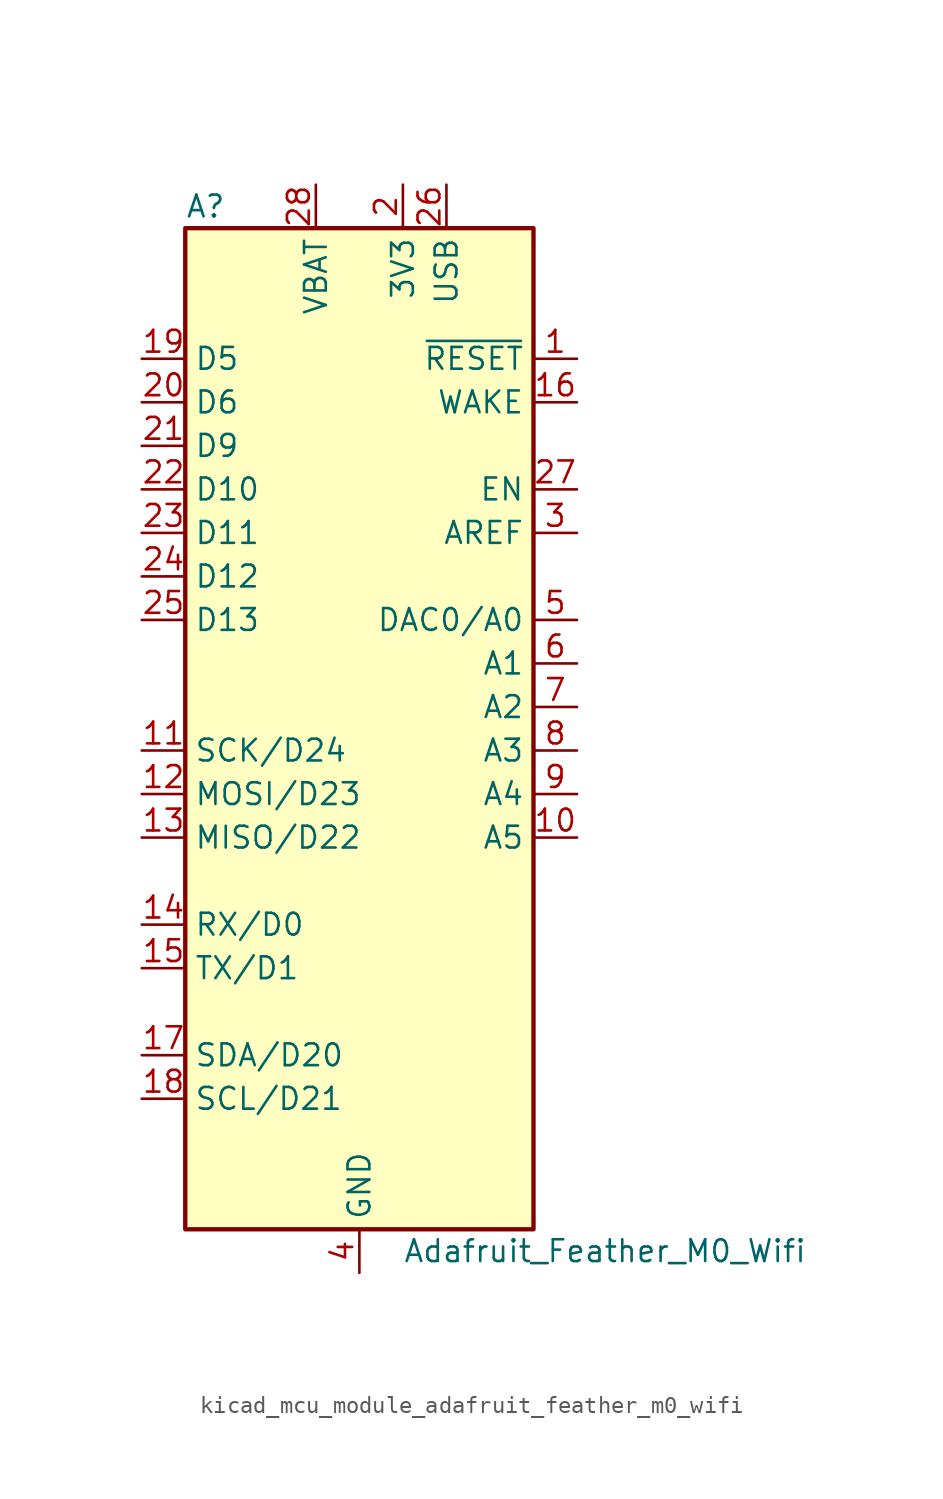
<source format=kicad_sym>
(kicad_symbol_lib
  (version 20220914)
  (generator kicad_symbol_editor)
  (symbol "kicad_mcu_module_adafruit_feather_m0_wifi"
    (property "Reference" "A"
      (at -10.16 29.21 0)
      (effects (font (size 1.27 1.27)) (justify left)))
    (property "Value" "Adafruit_Feather_M0_Wifi"
      (at 2.54 -31.75 0)
      (effects (font (size 1.27 1.27)) (justify left)))
    (symbol "kicad_mcu_module_adafruit_feather_m0_wifi_0_1"
      (rectangle (start -10.16 27.94) (end 10.16 -30.48) (stroke (width 0.254) (type default)) (fill (type background))))
    (symbol "kicad_mcu_module_adafruit_feather_m0_wifi_1_1"
      (pin input line (at 12.7 20.32 180) (length 2.54) (name "~{RESET}" (effects (font (size 1.27 1.27)))) (number "1" (effects (font (size 1.27 1.27)))))
      (pin bidirectional line (at 12.7 -7.62 180) (length 2.54) (name "A5" (effects (font (size 1.27 1.27)))) (number "10" (effects (font (size 1.27 1.27)))))
      (pin bidirectional line (at -12.7 -2.54 0) (length 2.54) (name "SCK/D24" (effects (font (size 1.27 1.27)))) (number "11" (effects (font (size 1.27 1.27)))))
      (pin bidirectional line (at -12.7 -5.08 0) (length 2.54) (name "MOSI/D23" (effects (font (size 1.27 1.27)))) (number "12" (effects (font (size 1.27 1.27)))))
      (pin bidirectional line (at -12.7 -7.62 0) (length 2.54) (name "MISO/D22" (effects (font (size 1.27 1.27)))) (number "13" (effects (font (size 1.27 1.27)))))
      (pin bidirectional line (at -12.7 -12.7 0) (length 2.54) (name "RX/D0" (effects (font (size 1.27 1.27)))) (number "14" (effects (font (size 1.27 1.27)))))
      (pin bidirectional line (at -12.7 -15.24 0) (length 2.54) (name "TX/D1" (effects (font (size 1.27 1.27)))) (number "15" (effects (font (size 1.27 1.27)))))
      (pin input line (at 12.7 17.78 180) (length 2.54) (name "WAKE" (effects (font (size 1.27 1.27)))) (number "16" (effects (font (size 1.27 1.27)))))
      (pin bidirectional line (at -12.7 -20.32 0) (length 2.54) (name "SDA/D20" (effects (font (size 1.27 1.27)))) (number "17" (effects (font (size 1.27 1.27)))))
      (pin bidirectional line (at -12.7 -22.86 0) (length 2.54) (name "SCL/D21" (effects (font (size 1.27 1.27)))) (number "18" (effects (font (size 1.27 1.27)))))
      (pin bidirectional line (at -12.7 20.32 0) (length 2.54) (name "D5" (effects (font (size 1.27 1.27)))) (number "19" (effects (font (size 1.27 1.27)))))
      (pin power_in line (at 2.54 30.48 270) (length 2.54) (name "3V3" (effects (font (size 1.27 1.27)))) (number "2" (effects (font (size 1.27 1.27)))))
      (pin bidirectional line (at -12.7 17.78 0) (length 2.54) (name "D6" (effects (font (size 1.27 1.27)))) (number "20" (effects (font (size 1.27 1.27)))))
      (pin bidirectional line (at -12.7 15.24 0) (length 2.54) (name "D9" (effects (font (size 1.27 1.27)))) (number "21" (effects (font (size 1.27 1.27)))))
      (pin bidirectional line (at -12.7 12.7 0) (length 2.54) (name "D10" (effects (font (size 1.27 1.27)))) (number "22" (effects (font (size 1.27 1.27)))))
      (pin bidirectional line (at -12.7 10.16 0) (length 2.54) (name "D11" (effects (font (size 1.27 1.27)))) (number "23" (effects (font (size 1.27 1.27)))))
      (pin bidirectional line (at -12.7 7.62 0) (length 2.54) (name "D12" (effects (font (size 1.27 1.27)))) (number "24" (effects (font (size 1.27 1.27)))))
      (pin bidirectional line (at -12.7 5.08 0) (length 2.54) (name "D13" (effects (font (size 1.27 1.27)))) (number "25" (effects (font (size 1.27 1.27)))))
      (pin power_in line (at 5.08 30.48 270) (length 2.54) (name "USB" (effects (font (size 1.27 1.27)))) (number "26" (effects (font (size 1.27 1.27)))))
      (pin input line (at 12.7 12.7 180) (length 2.54) (name "EN" (effects (font (size 1.27 1.27)))) (number "27" (effects (font (size 1.27 1.27)))))
      (pin power_in line (at -2.54 30.48 270) (length 2.54) (name "VBAT" (effects (font (size 1.27 1.27)))) (number "28" (effects (font (size 1.27 1.27)))))
      (pin input line (at 12.7 10.16 180) (length 2.54) (name "AREF" (effects (font (size 1.27 1.27)))) (number "3" (effects (font (size 1.27 1.27)))))
      (pin power_in line (at 0 -33.02 90) (length 2.54) (name "GND" (effects (font (size 1.27 1.27)))) (number "4" (effects (font (size 1.27 1.27)))))
      (pin bidirectional line (at 12.7 5.08 180) (length 2.54) (name "DAC0/A0" (effects (font (size 1.27 1.27)))) (number "5" (effects (font (size 1.27 1.27)))))
      (pin bidirectional line (at 12.7 2.54 180) (length 2.54) (name "A1" (effects (font (size 1.27 1.27)))) (number "6" (effects (font (size 1.27 1.27)))))
      (pin bidirectional line (at 12.7 0 180) (length 2.54) (name "A2" (effects (font (size 1.27 1.27)))) (number "7" (effects (font (size 1.27 1.27)))))
      (pin bidirectional line (at 12.7 -2.54 180) (length 2.54) (name "A3" (effects (font (size 1.27 1.27)))) (number "8" (effects (font (size 1.27 1.27)))))
      (pin bidirectional line (at 12.7 -5.08 180) (length 2.54) (name "A4" (effects (font (size 1.27 1.27)))) (number "9" (effects (font (size 1.27 1.27))))))))
</source>
